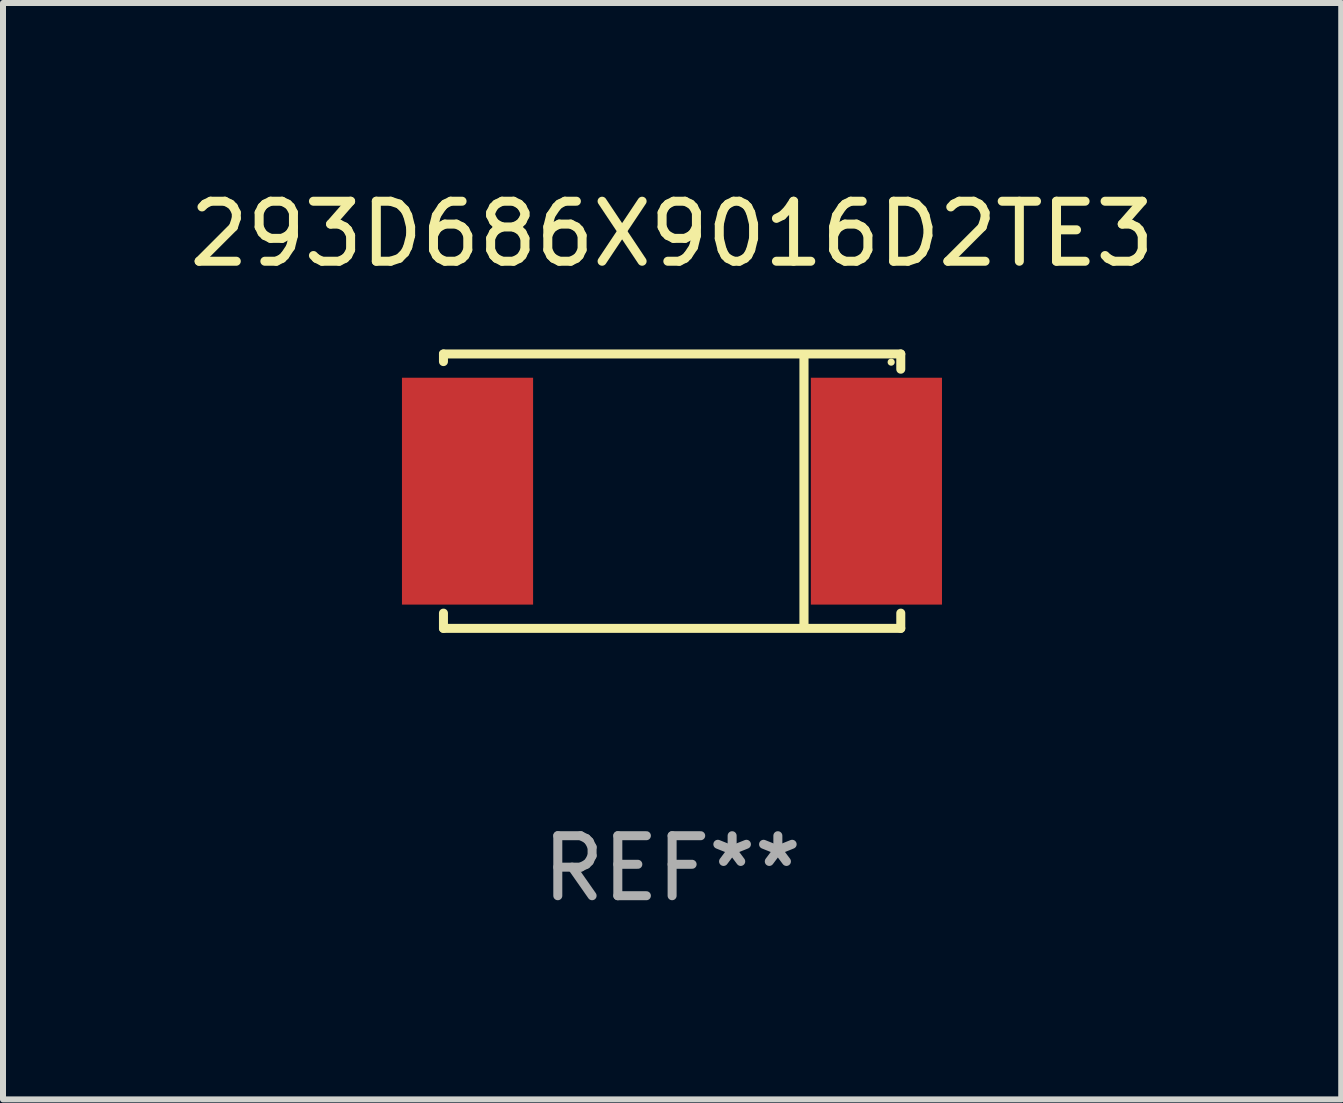
<source format=kicad_pcb>
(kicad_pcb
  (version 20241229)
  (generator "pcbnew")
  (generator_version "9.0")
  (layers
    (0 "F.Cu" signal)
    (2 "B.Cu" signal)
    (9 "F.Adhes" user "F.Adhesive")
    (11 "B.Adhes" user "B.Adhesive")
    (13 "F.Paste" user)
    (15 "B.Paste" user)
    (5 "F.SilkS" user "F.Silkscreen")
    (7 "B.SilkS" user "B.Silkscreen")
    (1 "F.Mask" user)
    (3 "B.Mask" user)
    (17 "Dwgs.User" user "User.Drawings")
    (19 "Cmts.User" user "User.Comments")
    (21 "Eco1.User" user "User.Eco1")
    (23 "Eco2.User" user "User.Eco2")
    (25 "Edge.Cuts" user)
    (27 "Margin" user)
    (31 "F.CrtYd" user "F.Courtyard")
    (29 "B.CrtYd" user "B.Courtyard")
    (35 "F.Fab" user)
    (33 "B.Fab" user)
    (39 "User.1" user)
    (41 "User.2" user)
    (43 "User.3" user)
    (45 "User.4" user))
  (footprint "293D686X9016D2TE3"
    (layer "F.Cu")
    (at 8.149 5.134)
    (property "Reference" "293D686X9016D2TE3" (at 0 -4.286 0) (layer "F.SilkS") (effects (font (size 1 1) (thickness 0.15))))
    (attr through_hole)
    (fp_line (start -3.81 -2.286) (end -3.81 -2.159) (stroke (width 0.15) (type solid)) (layer "F.SilkS"))
    (fp_line (start -3.81 2.032) (end -3.81 2.286) (stroke (width 0.15) (type solid)) (layer "F.SilkS"))
    (fp_line (start -3.81 2.286) (end 3.81 2.286) (stroke (width 0.15) (type solid)) (layer "F.SilkS"))
    (fp_line (start 2.197 -2.226) (end 2.197 2.226) (stroke (width 0.152) (type solid)) (layer "F.SilkS"))
    (fp_line (start 3.81 -2.286) (end -3.81 -2.286) (stroke (width 0.15) (type solid)) (layer "F.SilkS"))
    (fp_line (start 3.81 -2.032) (end 3.81 -2.286) (stroke (width 0.15) (type solid)) (layer "F.SilkS"))
    (fp_line (start 3.81 2.286) (end 3.81 2.032) (stroke (width 0.15) (type solid)) (layer "F.SilkS"))
    (fp_circle (center 3.65 -2.15) (end 3.68 -2.15) (stroke (width 0.06) (type solid)) (fill no) (layer "F.SilkS"))
    (fp_text user "REF**" (at 0 6.286 0) (layer "F.Fab") (effects (font (size 1 1) (thickness 0.15))))
    (pad "1" smd rect (at 3.404 0 180) (size 2.185 3.78) (layers "F.Cu" "F.Mask" "F.Paste"))
    (pad "2" smd rect (at -3.409 0 180) (size 2.185 3.78) (layers "F.Cu" "F.Mask" "F.Paste")))
  (gr_rect
    (start -3 -3)
    (end 19.298 15.269)
    (stroke (width 0.1) (type default))
    (fill no)
    (layer "Edge.Cuts")))
</source>
